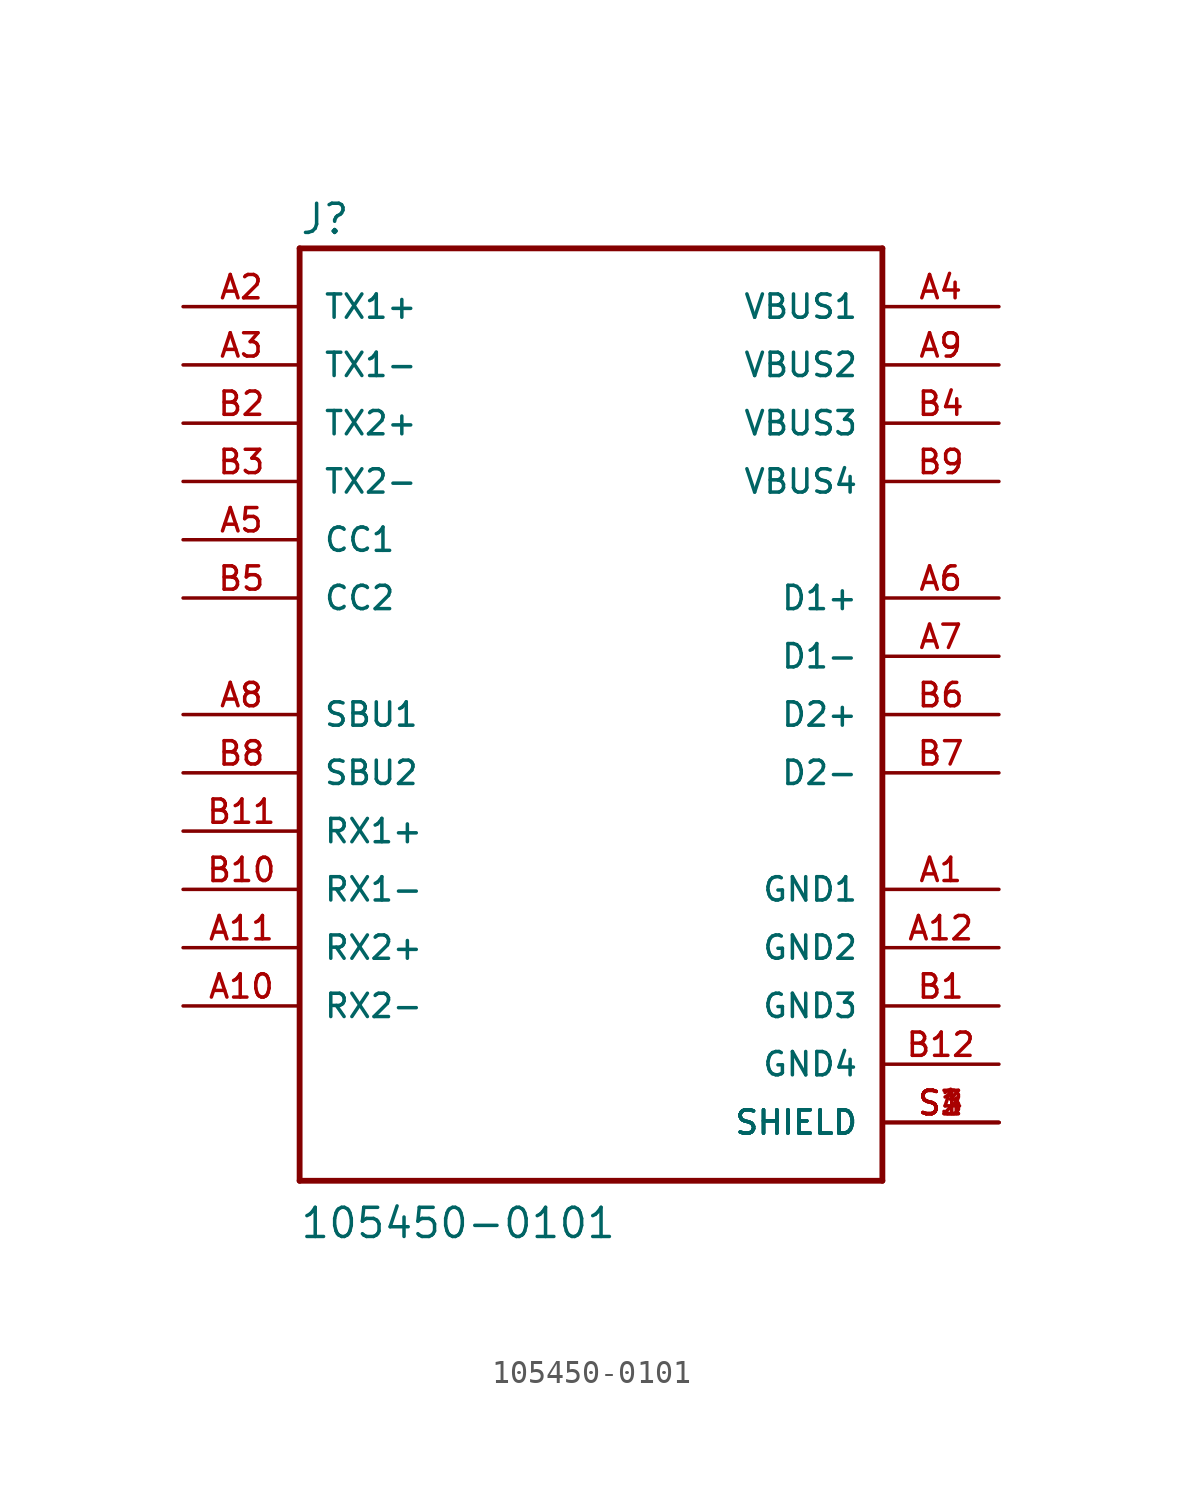
<source format=kicad_sym>
(kicad_symbol_lib
  (version 20211014)
  (generator kicad_symbol_editor)
  (symbol "105450-0101"
    (pin_names
      (offset 1.016))
    (property "Reference" "J"
      (at -12.725 20.853 0)
      (effects (font (size 1.27 1.27)) (justify left bottom)))
    (property "Value" "105450-0101"
      (at -12.725 -22.911 0)
      (effects (font (size 1.27 1.27)) (justify left bottom)))
    (property "ki_locked" ""
      (at 0 0 0)
      (effects (font (size 1.27 1.27))))
    (symbol "105450-0101_0_0"
      (polyline (pts (xy -12.7 -20.32) (xy -12.7 20.32)) (stroke (width 0.254) (type default) (color 0 0 0 0)) (fill (type none)))
      (polyline (pts (xy -12.7 20.32) (xy 12.7 20.32)) (stroke (width 0.254) (type default) (color 0 0 0 0)) (fill (type none)))
      (polyline (pts (xy 12.7 -20.32) (xy -12.7 -20.32)) (stroke (width 0.254) (type default) (color 0 0 0 0)) (fill (type none)))
      (polyline (pts (xy 12.7 20.32) (xy 12.7 -20.32)) (stroke (width 0.254) (type default) (color 0 0 0 0)) (fill (type none)))
      (pin passive line (at 17.78 -7.62 180) (length 5.08) (name "GND1" (effects (font (size 1.016 1.016)))) (number "A1" (effects (font (size 1.016 1.016)))))
      (pin passive line (at -17.78 -12.7 0) (length 5.08) (name "RX2-" (effects (font (size 1.016 1.016)))) (number "A10" (effects (font (size 1.016 1.016)))))
      (pin passive line (at -17.78 -10.16 0) (length 5.08) (name "RX2+" (effects (font (size 1.016 1.016)))) (number "A11" (effects (font (size 1.016 1.016)))))
      (pin passive line (at 17.78 -10.16 180) (length 5.08) (name "GND2" (effects (font (size 1.016 1.016)))) (number "A12" (effects (font (size 1.016 1.016)))))
      (pin passive line (at -17.78 17.78 0) (length 5.08) (name "TX1+" (effects (font (size 1.016 1.016)))) (number "A2" (effects (font (size 1.016 1.016)))))
      (pin passive line (at -17.78 15.24 0) (length 5.08) (name "TX1-" (effects (font (size 1.016 1.016)))) (number "A3" (effects (font (size 1.016 1.016)))))
      (pin passive line (at 17.78 17.78 180) (length 5.08) (name "VBUS1" (effects (font (size 1.016 1.016)))) (number "A4" (effects (font (size 1.016 1.016)))))
      (pin passive line (at -17.78 7.62 0) (length 5.08) (name "CC1" (effects (font (size 1.016 1.016)))) (number "A5" (effects (font (size 1.016 1.016)))))
      (pin passive line (at 17.78 5.08 180) (length 5.08) (name "D1+" (effects (font (size 1.016 1.016)))) (number "A6" (effects (font (size 1.016 1.016)))))
      (pin passive line (at 17.78 2.54 180) (length 5.08) (name "D1-" (effects (font (size 1.016 1.016)))) (number "A7" (effects (font (size 1.016 1.016)))))
      (pin passive line (at -17.78 0 0) (length 5.08) (name "SBU1" (effects (font (size 1.016 1.016)))) (number "A8" (effects (font (size 1.016 1.016)))))
      (pin passive line (at 17.78 15.24 180) (length 5.08) (name "VBUS2" (effects (font (size 1.016 1.016)))) (number "A9" (effects (font (size 1.016 1.016)))))
      (pin passive line (at 17.78 -12.7 180) (length 5.08) (name "GND3" (effects (font (size 1.016 1.016)))) (number "B1" (effects (font (size 1.016 1.016)))))
      (pin passive line (at -17.78 -7.62 0) (length 5.08) (name "RX1-" (effects (font (size 1.016 1.016)))) (number "B10" (effects (font (size 1.016 1.016)))))
      (pin passive line (at -17.78 -5.08 0) (length 5.08) (name "RX1+" (effects (font (size 1.016 1.016)))) (number "B11" (effects (font (size 1.016 1.016)))))
      (pin passive line (at 17.78 -15.24 180) (length 5.08) (name "GND4" (effects (font (size 1.016 1.016)))) (number "B12" (effects (font (size 1.016 1.016)))))
      (pin passive line (at -17.78 12.7 0) (length 5.08) (name "TX2+" (effects (font (size 1.016 1.016)))) (number "B2" (effects (font (size 1.016 1.016)))))
      (pin passive line (at -17.78 10.16 0) (length 5.08) (name "TX2-" (effects (font (size 1.016 1.016)))) (number "B3" (effects (font (size 1.016 1.016)))))
      (pin passive line (at 17.78 12.7 180) (length 5.08) (name "VBUS3" (effects (font (size 1.016 1.016)))) (number "B4" (effects (font (size 1.016 1.016)))))
      (pin passive line (at -17.78 5.08 0) (length 5.08) (name "CC2" (effects (font (size 1.016 1.016)))) (number "B5" (effects (font (size 1.016 1.016)))))
      (pin passive line (at 17.78 0 180) (length 5.08) (name "D2+" (effects (font (size 1.016 1.016)))) (number "B6" (effects (font (size 1.016 1.016)))))
      (pin passive line (at 17.78 -2.54 180) (length 5.08) (name "D2-" (effects (font (size 1.016 1.016)))) (number "B7" (effects (font (size 1.016 1.016)))))
      (pin passive line (at -17.78 -2.54 0) (length 5.08) (name "SBU2" (effects (font (size 1.016 1.016)))) (number "B8" (effects (font (size 1.016 1.016)))))
      (pin passive line (at 17.78 10.16 180) (length 5.08) (name "VBUS4" (effects (font (size 1.016 1.016)))) (number "B9" (effects (font (size 1.016 1.016)))))
      (pin passive line (at 17.78 -17.78 180) (length 5.08) (name "SHIELD" (effects (font (size 1.016 1.016)))) (number "S1" (effects (font (size 1.016 1.016)))))
      (pin passive line (at 17.78 -17.78 180) (length 5.08) (name "SHIELD" (effects (font (size 1.016 1.016)))) (number "S2" (effects (font (size 1.016 1.016)))))
      (pin passive line (at 17.78 -17.78 180) (length 5.08) (name "SHIELD" (effects (font (size 1.016 1.016)))) (number "S3" (effects (font (size 1.016 1.016)))))
      (pin passive line (at 17.78 -17.78 180) (length 5.08) (name "SHIELD" (effects (font (size 1.016 1.016)))) (number "S4" (effects (font (size 1.016 1.016))))))))
</source>
